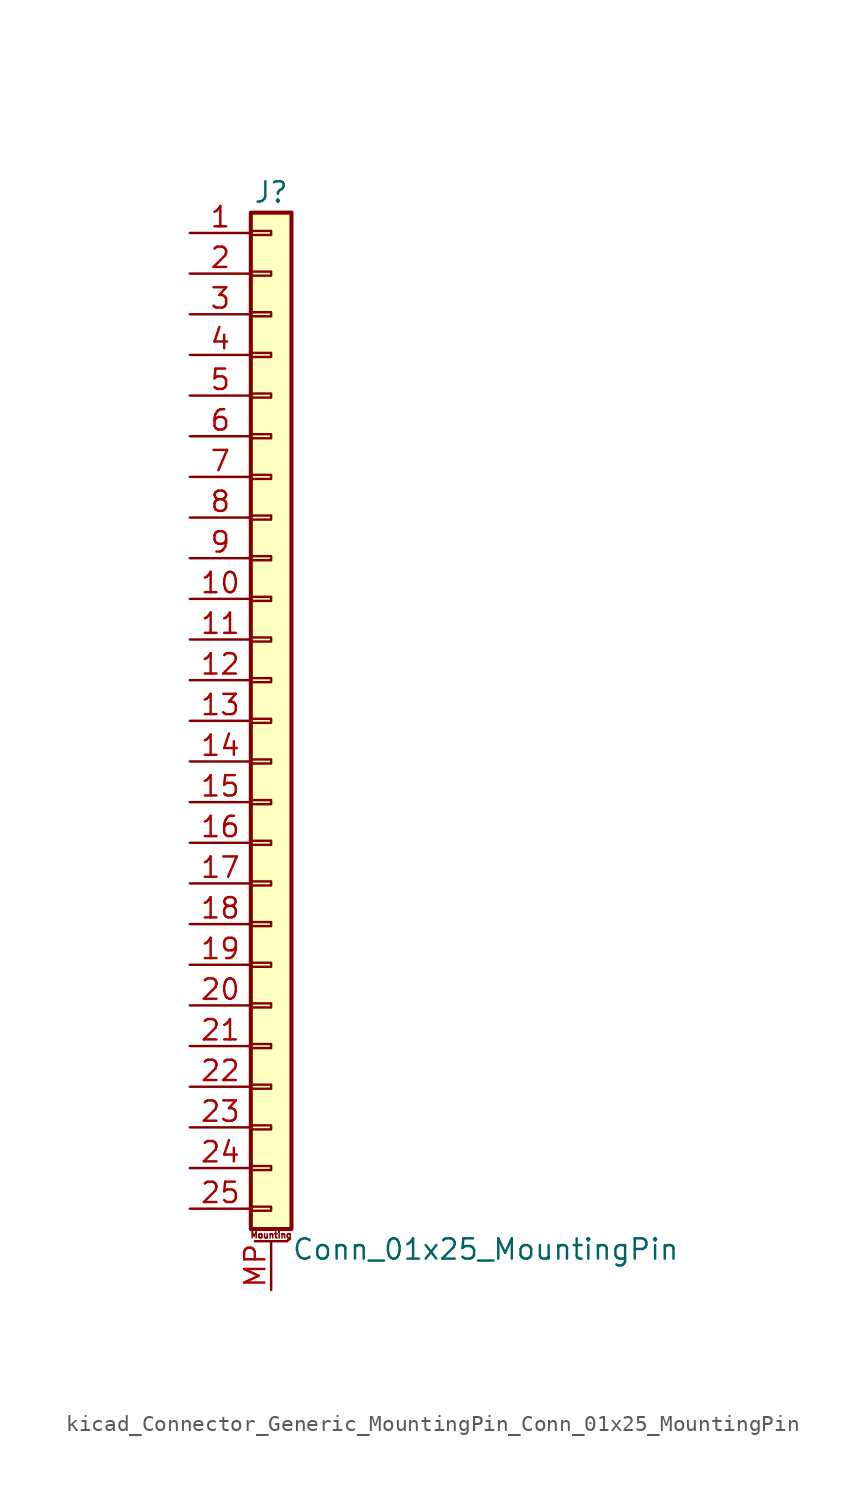
<source format=kicad_sym>
(kicad_symbol_lib
  (version 20220914)
  (generator kicad_symbol_editor)
  (symbol "kicad_Connector_Generic_MountingPin_Conn_01x25_MountingPin"
    (pin_names
      (offset 1.016) hide)
    (property "Reference" "J"
      (at 0 33.02 0)
      (effects (font (size 1.27 1.27))))
    (property "Value" "Conn_01x25_MountingPin"
      (at 1.27 -33.02 0)
      (effects (font (size 1.27 1.27)) (justify left)))
    (symbol "kicad_Connector_Generic_MountingPin_Conn_01x25_MountingPin_1_1"
      (rectangle (start -1.27 -30.353) (end 0 -30.607) (stroke (width 0.152) (type default)) (fill (type none)))
      (rectangle (start -1.27 -27.813) (end 0 -28.067) (stroke (width 0.152) (type default)) (fill (type none)))
      (rectangle (start -1.27 -25.273) (end 0 -25.527) (stroke (width 0.152) (type default)) (fill (type none)))
      (rectangle (start -1.27 -22.733) (end 0 -22.987) (stroke (width 0.152) (type default)) (fill (type none)))
      (rectangle (start -1.27 -20.193) (end 0 -20.447) (stroke (width 0.152) (type default)) (fill (type none)))
      (rectangle (start -1.27 -17.653) (end 0 -17.907) (stroke (width 0.152) (type default)) (fill (type none)))
      (rectangle (start -1.27 -15.113) (end 0 -15.367) (stroke (width 0.152) (type default)) (fill (type none)))
      (rectangle (start -1.27 -12.573) (end 0 -12.827) (stroke (width 0.152) (type default)) (fill (type none)))
      (rectangle (start -1.27 -10.033) (end 0 -10.287) (stroke (width 0.152) (type default)) (fill (type none)))
      (rectangle (start -1.27 -7.493) (end 0 -7.747) (stroke (width 0.152) (type default)) (fill (type none)))
      (rectangle (start -1.27 -4.953) (end 0 -5.207) (stroke (width 0.152) (type default)) (fill (type none)))
      (rectangle (start -1.27 -2.413) (end 0 -2.667) (stroke (width 0.152) (type default)) (fill (type none)))
      (rectangle (start -1.27 0.127) (end 0 -0.127) (stroke (width 0.152) (type default)) (fill (type none)))
      (rectangle (start -1.27 2.667) (end 0 2.413) (stroke (width 0.152) (type default)) (fill (type none)))
      (rectangle (start -1.27 5.207) (end 0 4.953) (stroke (width 0.152) (type default)) (fill (type none)))
      (rectangle (start -1.27 7.747) (end 0 7.493) (stroke (width 0.152) (type default)) (fill (type none)))
      (rectangle (start -1.27 10.287) (end 0 10.033) (stroke (width 0.152) (type default)) (fill (type none)))
      (rectangle (start -1.27 12.827) (end 0 12.573) (stroke (width 0.152) (type default)) (fill (type none)))
      (rectangle (start -1.27 15.367) (end 0 15.113) (stroke (width 0.152) (type default)) (fill (type none)))
      (rectangle (start -1.27 17.907) (end 0 17.653) (stroke (width 0.152) (type default)) (fill (type none)))
      (rectangle (start -1.27 20.447) (end 0 20.193) (stroke (width 0.152) (type default)) (fill (type none)))
      (rectangle (start -1.27 22.987) (end 0 22.733) (stroke (width 0.152) (type default)) (fill (type none)))
      (rectangle (start -1.27 25.527) (end 0 25.273) (stroke (width 0.152) (type default)) (fill (type none)))
      (rectangle (start -1.27 28.067) (end 0 27.813) (stroke (width 0.152) (type default)) (fill (type none)))
      (rectangle (start -1.27 30.607) (end 0 30.353) (stroke (width 0.152) (type default)) (fill (type none)))
      (rectangle (start -1.27 31.75) (end 1.27 -31.75) (stroke (width 0.254) (type default)) (fill (type background)))
      (polyline (pts (xy -1.016 -32.512) (xy 1.016 -32.512)) (stroke (width 0.152) (type default)) (fill (type none)))
      (text "Mounting" (at 0 -32.131 0) (effects (font (size 0.381 0.381))))
      (pin passive line (at -5.08 30.48 0) (length 3.81) (name "Pin_1" (effects (font (size 1.27 1.27)))) (number "1" (effects (font (size 1.27 1.27)))))
      (pin passive line (at -5.08 7.62 0) (length 3.81) (name "Pin_10" (effects (font (size 1.27 1.27)))) (number "10" (effects (font (size 1.27 1.27)))))
      (pin passive line (at -5.08 5.08 0) (length 3.81) (name "Pin_11" (effects (font (size 1.27 1.27)))) (number "11" (effects (font (size 1.27 1.27)))))
      (pin passive line (at -5.08 2.54 0) (length 3.81) (name "Pin_12" (effects (font (size 1.27 1.27)))) (number "12" (effects (font (size 1.27 1.27)))))
      (pin passive line (at -5.08 0 0) (length 3.81) (name "Pin_13" (effects (font (size 1.27 1.27)))) (number "13" (effects (font (size 1.27 1.27)))))
      (pin passive line (at -5.08 -2.54 0) (length 3.81) (name "Pin_14" (effects (font (size 1.27 1.27)))) (number "14" (effects (font (size 1.27 1.27)))))
      (pin passive line (at -5.08 -5.08 0) (length 3.81) (name "Pin_15" (effects (font (size 1.27 1.27)))) (number "15" (effects (font (size 1.27 1.27)))))
      (pin passive line (at -5.08 -7.62 0) (length 3.81) (name "Pin_16" (effects (font (size 1.27 1.27)))) (number "16" (effects (font (size 1.27 1.27)))))
      (pin passive line (at -5.08 -10.16 0) (length 3.81) (name "Pin_17" (effects (font (size 1.27 1.27)))) (number "17" (effects (font (size 1.27 1.27)))))
      (pin passive line (at -5.08 -12.7 0) (length 3.81) (name "Pin_18" (effects (font (size 1.27 1.27)))) (number "18" (effects (font (size 1.27 1.27)))))
      (pin passive line (at -5.08 -15.24 0) (length 3.81) (name "Pin_19" (effects (font (size 1.27 1.27)))) (number "19" (effects (font (size 1.27 1.27)))))
      (pin passive line (at -5.08 27.94 0) (length 3.81) (name "Pin_2" (effects (font (size 1.27 1.27)))) (number "2" (effects (font (size 1.27 1.27)))))
      (pin passive line (at -5.08 -17.78 0) (length 3.81) (name "Pin_20" (effects (font (size 1.27 1.27)))) (number "20" (effects (font (size 1.27 1.27)))))
      (pin passive line (at -5.08 -20.32 0) (length 3.81) (name "Pin_21" (effects (font (size 1.27 1.27)))) (number "21" (effects (font (size 1.27 1.27)))))
      (pin passive line (at -5.08 -22.86 0) (length 3.81) (name "Pin_22" (effects (font (size 1.27 1.27)))) (number "22" (effects (font (size 1.27 1.27)))))
      (pin passive line (at -5.08 -25.4 0) (length 3.81) (name "Pin_23" (effects (font (size 1.27 1.27)))) (number "23" (effects (font (size 1.27 1.27)))))
      (pin passive line (at -5.08 -27.94 0) (length 3.81) (name "Pin_24" (effects (font (size 1.27 1.27)))) (number "24" (effects (font (size 1.27 1.27)))))
      (pin passive line (at -5.08 -30.48 0) (length 3.81) (name "Pin_25" (effects (font (size 1.27 1.27)))) (number "25" (effects (font (size 1.27 1.27)))))
      (pin passive line (at -5.08 25.4 0) (length 3.81) (name "Pin_3" (effects (font (size 1.27 1.27)))) (number "3" (effects (font (size 1.27 1.27)))))
      (pin passive line (at -5.08 22.86 0) (length 3.81) (name "Pin_4" (effects (font (size 1.27 1.27)))) (number "4" (effects (font (size 1.27 1.27)))))
      (pin passive line (at -5.08 20.32 0) (length 3.81) (name "Pin_5" (effects (font (size 1.27 1.27)))) (number "5" (effects (font (size 1.27 1.27)))))
      (pin passive line (at -5.08 17.78 0) (length 3.81) (name "Pin_6" (effects (font (size 1.27 1.27)))) (number "6" (effects (font (size 1.27 1.27)))))
      (pin passive line (at -5.08 15.24 0) (length 3.81) (name "Pin_7" (effects (font (size 1.27 1.27)))) (number "7" (effects (font (size 1.27 1.27)))))
      (pin passive line (at -5.08 12.7 0) (length 3.81) (name "Pin_8" (effects (font (size 1.27 1.27)))) (number "8" (effects (font (size 1.27 1.27)))))
      (pin passive line (at -5.08 10.16 0) (length 3.81) (name "Pin_9" (effects (font (size 1.27 1.27)))) (number "9" (effects (font (size 1.27 1.27)))))
      (pin passive line (at 0 -35.56 90) (length 3.048) (name "MountPin" (effects (font (size 1.27 1.27)))) (number "MP" (effects (font (size 1.27 1.27))))))))
</source>
